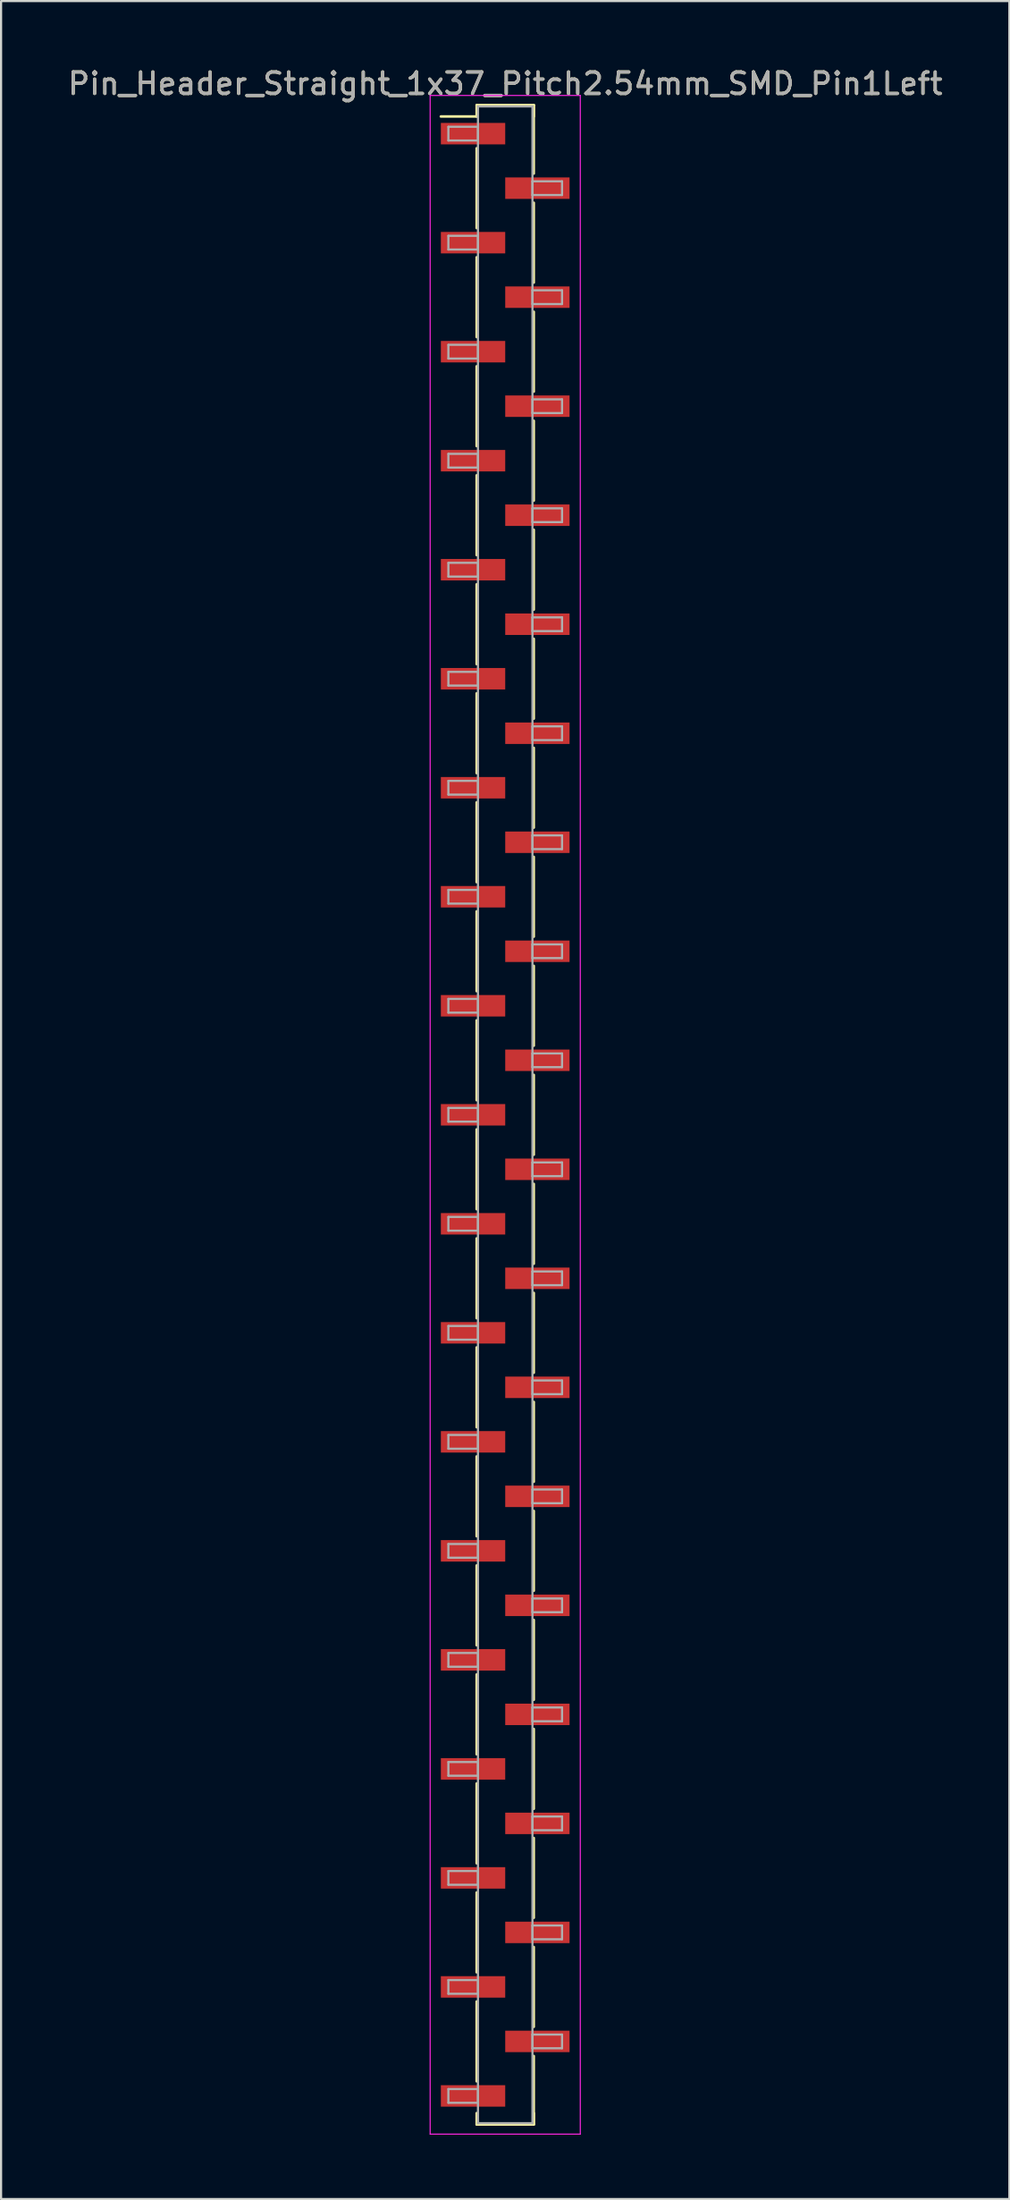
<source format=kicad_pcb>
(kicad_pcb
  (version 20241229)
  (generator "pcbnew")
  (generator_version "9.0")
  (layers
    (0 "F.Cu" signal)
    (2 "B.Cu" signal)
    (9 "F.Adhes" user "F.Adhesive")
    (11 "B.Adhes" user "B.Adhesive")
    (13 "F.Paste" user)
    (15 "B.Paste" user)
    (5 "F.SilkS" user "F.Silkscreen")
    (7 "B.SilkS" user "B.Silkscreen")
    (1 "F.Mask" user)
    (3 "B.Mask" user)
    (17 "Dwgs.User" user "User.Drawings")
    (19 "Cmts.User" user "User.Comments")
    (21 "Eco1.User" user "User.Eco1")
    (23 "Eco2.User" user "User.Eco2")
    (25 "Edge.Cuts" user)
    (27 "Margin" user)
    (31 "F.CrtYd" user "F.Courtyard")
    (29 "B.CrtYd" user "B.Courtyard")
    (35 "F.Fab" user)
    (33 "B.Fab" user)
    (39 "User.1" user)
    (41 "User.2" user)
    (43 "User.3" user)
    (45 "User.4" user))
  (footprint "Pin_Header_Straight_1x37_Pitch2.54mm_SMD_Pin1Left"
    (layer "F.Cu")
    (at 20.506 48.898)
    (property "Reference" "Pin_Header_Straight_1x37_Pitch2.54mm_SMD_Pin1Left" (at 0 -48.05 0) (layer "F.SilkS") (effects (font (size 1 1) (thickness 0.15))))
    (attr smd)
    (fp_line (start -1.33 -47.05) (end 1.33 -47.05) (stroke (width 0.12) (type solid)) (layer "F.SilkS"))
    (fp_line (start -1.33 -46.52) (end -3 -46.52) (stroke (width 0.12) (type solid)) (layer "F.SilkS"))
    (fp_line (start -1.33 -46.52) (end -1.33 -47.05) (stroke (width 0.12) (type solid)) (layer "F.SilkS"))
    (fp_line (start -1.33 -45.04) (end -1.33 -41.32) (stroke (width 0.12) (type solid)) (layer "F.SilkS"))
    (fp_line (start -1.33 -39.96) (end -1.33 -36.24) (stroke (width 0.12) (type solid)) (layer "F.SilkS"))
    (fp_line (start -1.33 -34.88) (end -1.33 -31.16) (stroke (width 0.12) (type solid)) (layer "F.SilkS"))
    (fp_line (start -1.33 -29.8) (end -1.33 -26.08) (stroke (width 0.12) (type solid)) (layer "F.SilkS"))
    (fp_line (start -1.33 -24.72) (end -1.33 -21) (stroke (width 0.12) (type solid)) (layer "F.SilkS"))
    (fp_line (start -1.33 -19.64) (end -1.33 -15.92) (stroke (width 0.12) (type solid)) (layer "F.SilkS"))
    (fp_line (start -1.33 -14.56) (end -1.33 -10.84) (stroke (width 0.12) (type solid)) (layer "F.SilkS"))
    (fp_line (start -1.33 -9.48) (end -1.33 -5.76) (stroke (width 0.12) (type solid)) (layer "F.SilkS"))
    (fp_line (start -1.33 -4.4) (end -1.33 -0.68) (stroke (width 0.12) (type solid)) (layer "F.SilkS"))
    (fp_line (start -1.33 0.68) (end -1.33 4.4) (stroke (width 0.12) (type solid)) (layer "F.SilkS"))
    (fp_line (start -1.33 5.76) (end -1.33 9.48) (stroke (width 0.12) (type solid)) (layer "F.SilkS"))
    (fp_line (start -1.33 10.84) (end -1.33 14.56) (stroke (width 0.12) (type solid)) (layer "F.SilkS"))
    (fp_line (start -1.33 15.92) (end -1.33 19.64) (stroke (width 0.12) (type solid)) (layer "F.SilkS"))
    (fp_line (start -1.33 21) (end -1.33 24.72) (stroke (width 0.12) (type solid)) (layer "F.SilkS"))
    (fp_line (start -1.33 26.08) (end -1.33 29.8) (stroke (width 0.12) (type solid)) (layer "F.SilkS"))
    (fp_line (start -1.33 31.16) (end -1.33 34.88) (stroke (width 0.12) (type solid)) (layer "F.SilkS"))
    (fp_line (start -1.33 36.24) (end -1.33 39.96) (stroke (width 0.12) (type solid)) (layer "F.SilkS"))
    (fp_line (start -1.33 41.32) (end -1.33 45.04) (stroke (width 0.12) (type solid)) (layer "F.SilkS"))
    (fp_line (start -1.33 46.52) (end -1.33 47.05) (stroke (width 0.12) (type solid)) (layer "F.SilkS"))
    (fp_line (start -1.33 47.05) (end 1.33 47.05) (stroke (width 0.12) (type solid)) (layer "F.SilkS"))
    (fp_line (start 1.33 -47.05) (end 1.33 -46.52) (stroke (width 0.12) (type solid)) (layer "F.SilkS"))
    (fp_line (start 1.33 -47.05) (end 1.33 -43.86) (stroke (width 0.12) (type solid)) (layer "F.SilkS"))
    (fp_line (start 1.33 -42.5) (end 1.33 -38.78) (stroke (width 0.12) (type solid)) (layer "F.SilkS"))
    (fp_line (start 1.33 -37.42) (end 1.33 -33.7) (stroke (width 0.12) (type solid)) (layer "F.SilkS"))
    (fp_line (start 1.33 -32.34) (end 1.33 -28.62) (stroke (width 0.12) (type solid)) (layer "F.SilkS"))
    (fp_line (start 1.33 -27.26) (end 1.33 -23.54) (stroke (width 0.12) (type solid)) (layer "F.SilkS"))
    (fp_line (start 1.33 -22.18) (end 1.33 -18.46) (stroke (width 0.12) (type solid)) (layer "F.SilkS"))
    (fp_line (start 1.33 -17.1) (end 1.33 -13.38) (stroke (width 0.12) (type solid)) (layer "F.SilkS"))
    (fp_line (start 1.33 -12.02) (end 1.33 -8.3) (stroke (width 0.12) (type solid)) (layer "F.SilkS"))
    (fp_line (start 1.33 -6.94) (end 1.33 -3.22) (stroke (width 0.12) (type solid)) (layer "F.SilkS"))
    (fp_line (start 1.33 -1.86) (end 1.33 1.86) (stroke (width 0.12) (type solid)) (layer "F.SilkS"))
    (fp_line (start 1.33 3.22) (end 1.33 6.94) (stroke (width 0.12) (type solid)) (layer "F.SilkS"))
    (fp_line (start 1.33 8.3) (end 1.33 12.02) (stroke (width 0.12) (type solid)) (layer "F.SilkS"))
    (fp_line (start 1.33 13.38) (end 1.33 17.1) (stroke (width 0.12) (type solid)) (layer "F.SilkS"))
    (fp_line (start 1.33 18.46) (end 1.33 22.18) (stroke (width 0.12) (type solid)) (layer "F.SilkS"))
    (fp_line (start 1.33 23.54) (end 1.33 27.26) (stroke (width 0.12) (type solid)) (layer "F.SilkS"))
    (fp_line (start 1.33 28.62) (end 1.33 32.34) (stroke (width 0.12) (type solid)) (layer "F.SilkS"))
    (fp_line (start 1.33 33.7) (end 1.33 37.42) (stroke (width 0.12) (type solid)) (layer "F.SilkS"))
    (fp_line (start 1.33 38.78) (end 1.33 42.5) (stroke (width 0.12) (type solid)) (layer "F.SilkS"))
    (fp_line (start 1.33 43.86) (end 1.33 47.05) (stroke (width 0.12) (type solid)) (layer "F.SilkS"))
    (fp_line (start 1.33 47.05) (end 1.33 46.52) (stroke (width 0.12) (type solid)) (layer "F.SilkS"))
    (fp_line (start -3.5 -47.5) (end -3.5 47.5) (stroke (width 0.05) (type solid)) (layer "F.CrtYd"))
    (fp_line (start -3.5 47.5) (end 3.5 47.5) (stroke (width 0.05) (type solid)) (layer "F.CrtYd"))
    (fp_line (start 3.5 -47.5) (end -3.5 -47.5) (stroke (width 0.05) (type solid)) (layer "F.CrtYd"))
    (fp_line (start 3.5 47.5) (end 3.5 -47.5) (stroke (width 0.05) (type solid)) (layer "F.CrtYd"))
    (fp_line (start -2.65 -46.04) (end -1.27 -46.04) (stroke (width 0.1) (type solid)) (layer "F.Fab"))
    (fp_line (start -2.65 -45.4) (end -2.65 -46.04) (stroke (width 0.1) (type solid)) (layer "F.Fab"))
    (fp_line (start -2.65 -40.96) (end -1.27 -40.96) (stroke (width 0.1) (type solid)) (layer "F.Fab"))
    (fp_line (start -2.65 -40.32) (end -2.65 -40.96) (stroke (width 0.1) (type solid)) (layer "F.Fab"))
    (fp_line (start -2.65 -35.88) (end -1.27 -35.88) (stroke (width 0.1) (type solid)) (layer "F.Fab"))
    (fp_line (start -2.65 -35.24) (end -2.65 -35.88) (stroke (width 0.1) (type solid)) (layer "F.Fab"))
    (fp_line (start -2.65 -30.8) (end -1.27 -30.8) (stroke (width 0.1) (type solid)) (layer "F.Fab"))
    (fp_line (start -2.65 -30.16) (end -2.65 -30.8) (stroke (width 0.1) (type solid)) (layer "F.Fab"))
    (fp_line (start -2.65 -25.72) (end -1.27 -25.72) (stroke (width 0.1) (type solid)) (layer "F.Fab"))
    (fp_line (start -2.65 -25.08) (end -2.65 -25.72) (stroke (width 0.1) (type solid)) (layer "F.Fab"))
    (fp_line (start -2.65 -20.64) (end -1.27 -20.64) (stroke (width 0.1) (type solid)) (layer "F.Fab"))
    (fp_line (start -2.65 -20) (end -2.65 -20.64) (stroke (width 0.1) (type solid)) (layer "F.Fab"))
    (fp_line (start -2.65 -15.56) (end -1.27 -15.56) (stroke (width 0.1) (type solid)) (layer "F.Fab"))
    (fp_line (start -2.65 -14.92) (end -2.65 -15.56) (stroke (width 0.1) (type solid)) (layer "F.Fab"))
    (fp_line (start -2.65 -10.48) (end -1.27 -10.48) (stroke (width 0.1) (type solid)) (layer "F.Fab"))
    (fp_line (start -2.65 -9.84) (end -2.65 -10.48) (stroke (width 0.1) (type solid)) (layer "F.Fab"))
    (fp_line (start -2.65 -5.4) (end -1.27 -5.4) (stroke (width 0.1) (type solid)) (layer "F.Fab"))
    (fp_line (start -2.65 -4.76) (end -2.65 -5.4) (stroke (width 0.1) (type solid)) (layer "F.Fab"))
    (fp_line (start -2.65 -0.32) (end -1.27 -0.32) (stroke (width 0.1) (type solid)) (layer "F.Fab"))
    (fp_line (start -2.65 0.32) (end -2.65 -0.32) (stroke (width 0.1) (type solid)) (layer "F.Fab"))
    (fp_line (start -2.65 4.76) (end -1.27 4.76) (stroke (width 0.1) (type solid)) (layer "F.Fab"))
    (fp_line (start -2.65 5.4) (end -2.65 4.76) (stroke (width 0.1) (type solid)) (layer "F.Fab"))
    (fp_line (start -2.65 9.84) (end -1.27 9.84) (stroke (width 0.1) (type solid)) (layer "F.Fab"))
    (fp_line (start -2.65 10.48) (end -2.65 9.84) (stroke (width 0.1) (type solid)) (layer "F.Fab"))
    (fp_line (start -2.65 14.92) (end -1.27 14.92) (stroke (width 0.1) (type solid)) (layer "F.Fab"))
    (fp_line (start -2.65 15.56) (end -2.65 14.92) (stroke (width 0.1) (type solid)) (layer "F.Fab"))
    (fp_line (start -2.65 20) (end -1.27 20) (stroke (width 0.1) (type solid)) (layer "F.Fab"))
    (fp_line (start -2.65 20.64) (end -2.65 20) (stroke (width 0.1) (type solid)) (layer "F.Fab"))
    (fp_line (start -2.65 25.08) (end -1.27 25.08) (stroke (width 0.1) (type solid)) (layer "F.Fab"))
    (fp_line (start -2.65 25.72) (end -2.65 25.08) (stroke (width 0.1) (type solid)) (layer "F.Fab"))
    (fp_line (start -2.65 30.16) (end -1.27 30.16) (stroke (width 0.1) (type solid)) (layer "F.Fab"))
    (fp_line (start -2.65 30.8) (end -2.65 30.16) (stroke (width 0.1) (type solid)) (layer "F.Fab"))
    (fp_line (start -2.65 35.24) (end -1.27 35.24) (stroke (width 0.1) (type solid)) (layer "F.Fab"))
    (fp_line (start -2.65 35.88) (end -2.65 35.24) (stroke (width 0.1) (type solid)) (layer "F.Fab"))
    (fp_line (start -2.65 40.32) (end -1.27 40.32) (stroke (width 0.1) (type solid)) (layer "F.Fab"))
    (fp_line (start -2.65 40.96) (end -2.65 40.32) (stroke (width 0.1) (type solid)) (layer "F.Fab"))
    (fp_line (start -2.65 45.4) (end -1.27 45.4) (stroke (width 0.1) (type solid)) (layer "F.Fab"))
    (fp_line (start -2.65 46.04) (end -2.65 45.4) (stroke (width 0.1) (type solid)) (layer "F.Fab"))
    (fp_line (start -1.27 -46.99) (end -1.27 46.99) (stroke (width 0.1) (type solid)) (layer "F.Fab"))
    (fp_line (start -1.27 -46.04) (end -1.27 -45.4) (stroke (width 0.1) (type solid)) (layer "F.Fab"))
    (fp_line (start -1.27 -45.4) (end -2.65 -45.4) (stroke (width 0.1) (type solid)) (layer "F.Fab"))
    (fp_line (start -1.27 -40.96) (end -1.27 -40.32) (stroke (width 0.1) (type solid)) (layer "F.Fab"))
    (fp_line (start -1.27 -40.32) (end -2.65 -40.32) (stroke (width 0.1) (type solid)) (layer "F.Fab"))
    (fp_line (start -1.27 -35.88) (end -1.27 -35.24) (stroke (width 0.1) (type solid)) (layer "F.Fab"))
    (fp_line (start -1.27 -35.24) (end -2.65 -35.24) (stroke (width 0.1) (type solid)) (layer "F.Fab"))
    (fp_line (start -1.27 -30.8) (end -1.27 -30.16) (stroke (width 0.1) (type solid)) (layer "F.Fab"))
    (fp_line (start -1.27 -30.16) (end -2.65 -30.16) (stroke (width 0.1) (type solid)) (layer "F.Fab"))
    (fp_line (start -1.27 -25.72) (end -1.27 -25.08) (stroke (width 0.1) (type solid)) (layer "F.Fab"))
    (fp_line (start -1.27 -25.08) (end -2.65 -25.08) (stroke (width 0.1) (type solid)) (layer "F.Fab"))
    (fp_line (start -1.27 -20.64) (end -1.27 -20) (stroke (width 0.1) (type solid)) (layer "F.Fab"))
    (fp_line (start -1.27 -20) (end -2.65 -20) (stroke (width 0.1) (type solid)) (layer "F.Fab"))
    (fp_line (start -1.27 -15.56) (end -1.27 -14.92) (stroke (width 0.1) (type solid)) (layer "F.Fab"))
    (fp_line (start -1.27 -14.92) (end -2.65 -14.92) (stroke (width 0.1) (type solid)) (layer "F.Fab"))
    (fp_line (start -1.27 -10.48) (end -1.27 -9.84) (stroke (width 0.1) (type solid)) (layer "F.Fab"))
    (fp_line (start -1.27 -9.84) (end -2.65 -9.84) (stroke (width 0.1) (type solid)) (layer "F.Fab"))
    (fp_line (start -1.27 -5.4) (end -1.27 -4.76) (stroke (width 0.1) (type solid)) (layer "F.Fab"))
    (fp_line (start -1.27 -4.76) (end -2.65 -4.76) (stroke (width 0.1) (type solid)) (layer "F.Fab"))
    (fp_line (start -1.27 -0.32) (end -1.27 0.32) (stroke (width 0.1) (type solid)) (layer "F.Fab"))
    (fp_line (start -1.27 0.32) (end -2.65 0.32) (stroke (width 0.1) (type solid)) (layer "F.Fab"))
    (fp_line (start -1.27 4.76) (end -1.27 5.4) (stroke (width 0.1) (type solid)) (layer "F.Fab"))
    (fp_line (start -1.27 5.4) (end -2.65 5.4) (stroke (width 0.1) (type solid)) (layer "F.Fab"))
    (fp_line (start -1.27 9.84) (end -1.27 10.48) (stroke (width 0.1) (type solid)) (layer "F.Fab"))
    (fp_line (start -1.27 10.48) (end -2.65 10.48) (stroke (width 0.1) (type solid)) (layer "F.Fab"))
    (fp_line (start -1.27 14.92) (end -1.27 15.56) (stroke (width 0.1) (type solid)) (layer "F.Fab"))
    (fp_line (start -1.27 15.56) (end -2.65 15.56) (stroke (width 0.1) (type solid)) (layer "F.Fab"))
    (fp_line (start -1.27 20) (end -1.27 20.64) (stroke (width 0.1) (type solid)) (layer "F.Fab"))
    (fp_line (start -1.27 20.64) (end -2.65 20.64) (stroke (width 0.1) (type solid)) (layer "F.Fab"))
    (fp_line (start -1.27 25.08) (end -1.27 25.72) (stroke (width 0.1) (type solid)) (layer "F.Fab"))
    (fp_line (start -1.27 25.72) (end -2.65 25.72) (stroke (width 0.1) (type solid)) (layer "F.Fab"))
    (fp_line (start -1.27 30.16) (end -1.27 30.8) (stroke (width 0.1) (type solid)) (layer "F.Fab"))
    (fp_line (start -1.27 30.8) (end -2.65 30.8) (stroke (width 0.1) (type solid)) (layer "F.Fab"))
    (fp_line (start -1.27 35.24) (end -1.27 35.88) (stroke (width 0.1) (type solid)) (layer "F.Fab"))
    (fp_line (start -1.27 35.88) (end -2.65 35.88) (stroke (width 0.1) (type solid)) (layer "F.Fab"))
    (fp_line (start -1.27 40.32) (end -1.27 40.96) (stroke (width 0.1) (type solid)) (layer "F.Fab"))
    (fp_line (start -1.27 40.96) (end -2.65 40.96) (stroke (width 0.1) (type solid)) (layer "F.Fab"))
    (fp_line (start -1.27 45.4) (end -1.27 46.04) (stroke (width 0.1) (type solid)) (layer "F.Fab"))
    (fp_line (start -1.27 46.04) (end -2.65 46.04) (stroke (width 0.1) (type solid)) (layer "F.Fab"))
    (fp_line (start -1.27 46.99) (end 1.27 46.99) (stroke (width 0.1) (type solid)) (layer "F.Fab"))
    (fp_line (start 1.27 -46.99) (end -1.27 -46.99) (stroke (width 0.1) (type solid)) (layer "F.Fab"))
    (fp_line (start 1.27 -43.5) (end 1.27 -42.86) (stroke (width 0.1) (type solid)) (layer "F.Fab"))
    (fp_line (start 1.27 -42.86) (end 2.65 -42.86) (stroke (width 0.1) (type solid)) (layer "F.Fab"))
    (fp_line (start 1.27 -38.42) (end 1.27 -37.78) (stroke (width 0.1) (type solid)) (layer "F.Fab"))
    (fp_line (start 1.27 -37.78) (end 2.65 -37.78) (stroke (width 0.1) (type solid)) (layer "F.Fab"))
    (fp_line (start 1.27 -33.34) (end 1.27 -32.7) (stroke (width 0.1) (type solid)) (layer "F.Fab"))
    (fp_line (start 1.27 -32.7) (end 2.65 -32.7) (stroke (width 0.1) (type solid)) (layer "F.Fab"))
    (fp_line (start 1.27 -28.26) (end 1.27 -27.62) (stroke (width 0.1) (type solid)) (layer "F.Fab"))
    (fp_line (start 1.27 -27.62) (end 2.65 -27.62) (stroke (width 0.1) (type solid)) (layer "F.Fab"))
    (fp_line (start 1.27 -23.18) (end 1.27 -22.54) (stroke (width 0.1) (type solid)) (layer "F.Fab"))
    (fp_line (start 1.27 -22.54) (end 2.65 -22.54) (stroke (width 0.1) (type solid)) (layer "F.Fab"))
    (fp_line (start 1.27 -18.1) (end 1.27 -17.46) (stroke (width 0.1) (type solid)) (layer "F.Fab"))
    (fp_line (start 1.27 -17.46) (end 2.65 -17.46) (stroke (width 0.1) (type solid)) (layer "F.Fab"))
    (fp_line (start 1.27 -13.02) (end 1.27 -12.38) (stroke (width 0.1) (type solid)) (layer "F.Fab"))
    (fp_line (start 1.27 -12.38) (end 2.65 -12.38) (stroke (width 0.1) (type solid)) (layer "F.Fab"))
    (fp_line (start 1.27 -7.94) (end 1.27 -7.3) (stroke (width 0.1) (type solid)) (layer "F.Fab"))
    (fp_line (start 1.27 -7.3) (end 2.65 -7.3) (stroke (width 0.1) (type solid)) (layer "F.Fab"))
    (fp_line (start 1.27 -2.86) (end 1.27 -2.22) (stroke (width 0.1) (type solid)) (layer "F.Fab"))
    (fp_line (start 1.27 -2.22) (end 2.65 -2.22) (stroke (width 0.1) (type solid)) (layer "F.Fab"))
    (fp_line (start 1.27 2.22) (end 1.27 2.86) (stroke (width 0.1) (type solid)) (layer "F.Fab"))
    (fp_line (start 1.27 2.86) (end 2.65 2.86) (stroke (width 0.1) (type solid)) (layer "F.Fab"))
    (fp_line (start 1.27 7.3) (end 1.27 7.94) (stroke (width 0.1) (type solid)) (layer "F.Fab"))
    (fp_line (start 1.27 7.94) (end 2.65 7.94) (stroke (width 0.1) (type solid)) (layer "F.Fab"))
    (fp_line (start 1.27 12.38) (end 1.27 13.02) (stroke (width 0.1) (type solid)) (layer "F.Fab"))
    (fp_line (start 1.27 13.02) (end 2.65 13.02) (stroke (width 0.1) (type solid)) (layer "F.Fab"))
    (fp_line (start 1.27 17.46) (end 1.27 18.1) (stroke (width 0.1) (type solid)) (layer "F.Fab"))
    (fp_line (start 1.27 18.1) (end 2.65 18.1) (stroke (width 0.1) (type solid)) (layer "F.Fab"))
    (fp_line (start 1.27 22.54) (end 1.27 23.18) (stroke (width 0.1) (type solid)) (layer "F.Fab"))
    (fp_line (start 1.27 23.18) (end 2.65 23.18) (stroke (width 0.1) (type solid)) (layer "F.Fab"))
    (fp_line (start 1.27 27.62) (end 1.27 28.26) (stroke (width 0.1) (type solid)) (layer "F.Fab"))
    (fp_line (start 1.27 28.26) (end 2.65 28.26) (stroke (width 0.1) (type solid)) (layer "F.Fab"))
    (fp_line (start 1.27 32.7) (end 1.27 33.34) (stroke (width 0.1) (type solid)) (layer "F.Fab"))
    (fp_line (start 1.27 33.34) (end 2.65 33.34) (stroke (width 0.1) (type solid)) (layer "F.Fab"))
    (fp_line (start 1.27 37.78) (end 1.27 38.42) (stroke (width 0.1) (type solid)) (layer "F.Fab"))
    (fp_line (start 1.27 38.42) (end 2.65 38.42) (stroke (width 0.1) (type solid)) (layer "F.Fab"))
    (fp_line (start 1.27 42.86) (end 1.27 43.5) (stroke (width 0.1) (type solid)) (layer "F.Fab"))
    (fp_line (start 1.27 43.5) (end 2.65 43.5) (stroke (width 0.1) (type solid)) (layer "F.Fab"))
    (fp_line (start 1.27 46.99) (end 1.27 -46.99) (stroke (width 0.1) (type solid)) (layer "F.Fab"))
    (fp_line (start 2.65 -43.5) (end 1.27 -43.5) (stroke (width 0.1) (type solid)) (layer "F.Fab"))
    (fp_line (start 2.65 -42.86) (end 2.65 -43.5) (stroke (width 0.1) (type solid)) (layer "F.Fab"))
    (fp_line (start 2.65 -38.42) (end 1.27 -38.42) (stroke (width 0.1) (type solid)) (layer "F.Fab"))
    (fp_line (start 2.65 -37.78) (end 2.65 -38.42) (stroke (width 0.1) (type solid)) (layer "F.Fab"))
    (fp_line (start 2.65 -33.34) (end 1.27 -33.34) (stroke (width 0.1) (type solid)) (layer "F.Fab"))
    (fp_line (start 2.65 -32.7) (end 2.65 -33.34) (stroke (width 0.1) (type solid)) (layer "F.Fab"))
    (fp_line (start 2.65 -28.26) (end 1.27 -28.26) (stroke (width 0.1) (type solid)) (layer "F.Fab"))
    (fp_line (start 2.65 -27.62) (end 2.65 -28.26) (stroke (width 0.1) (type solid)) (layer "F.Fab"))
    (fp_line (start 2.65 -23.18) (end 1.27 -23.18) (stroke (width 0.1) (type solid)) (layer "F.Fab"))
    (fp_line (start 2.65 -22.54) (end 2.65 -23.18) (stroke (width 0.1) (type solid)) (layer "F.Fab"))
    (fp_line (start 2.65 -18.1) (end 1.27 -18.1) (stroke (width 0.1) (type solid)) (layer "F.Fab"))
    (fp_line (start 2.65 -17.46) (end 2.65 -18.1) (stroke (width 0.1) (type solid)) (layer "F.Fab"))
    (fp_line (start 2.65 -13.02) (end 1.27 -13.02) (stroke (width 0.1) (type solid)) (layer "F.Fab"))
    (fp_line (start 2.65 -12.38) (end 2.65 -13.02) (stroke (width 0.1) (type solid)) (layer "F.Fab"))
    (fp_line (start 2.65 -7.94) (end 1.27 -7.94) (stroke (width 0.1) (type solid)) (layer "F.Fab"))
    (fp_line (start 2.65 -7.3) (end 2.65 -7.94) (stroke (width 0.1) (type solid)) (layer "F.Fab"))
    (fp_line (start 2.65 -2.86) (end 1.27 -2.86) (stroke (width 0.1) (type solid)) (layer "F.Fab"))
    (fp_line (start 2.65 -2.22) (end 2.65 -2.86) (stroke (width 0.1) (type solid)) (layer "F.Fab"))
    (fp_line (start 2.65 2.22) (end 1.27 2.22) (stroke (width 0.1) (type solid)) (layer "F.Fab"))
    (fp_line (start 2.65 2.86) (end 2.65 2.22) (stroke (width 0.1) (type solid)) (layer "F.Fab"))
    (fp_line (start 2.65 7.3) (end 1.27 7.3) (stroke (width 0.1) (type solid)) (layer "F.Fab"))
    (fp_line (start 2.65 7.94) (end 2.65 7.3) (stroke (width 0.1) (type solid)) (layer "F.Fab"))
    (fp_line (start 2.65 12.38) (end 1.27 12.38) (stroke (width 0.1) (type solid)) (layer "F.Fab"))
    (fp_line (start 2.65 13.02) (end 2.65 12.38) (stroke (width 0.1) (type solid)) (layer "F.Fab"))
    (fp_line (start 2.65 17.46) (end 1.27 17.46) (stroke (width 0.1) (type solid)) (layer "F.Fab"))
    (fp_line (start 2.65 18.1) (end 2.65 17.46) (stroke (width 0.1) (type solid)) (layer "F.Fab"))
    (fp_line (start 2.65 22.54) (end 1.27 22.54) (stroke (width 0.1) (type solid)) (layer "F.Fab"))
    (fp_line (start 2.65 23.18) (end 2.65 22.54) (stroke (width 0.1) (type solid)) (layer "F.Fab"))
    (fp_line (start 2.65 27.62) (end 1.27 27.62) (stroke (width 0.1) (type solid)) (layer "F.Fab"))
    (fp_line (start 2.65 28.26) (end 2.65 27.62) (stroke (width 0.1) (type solid)) (layer "F.Fab"))
    (fp_line (start 2.65 32.7) (end 1.27 32.7) (stroke (width 0.1) (type solid)) (layer "F.Fab"))
    (fp_line (start 2.65 33.34) (end 2.65 32.7) (stroke (width 0.1) (type solid)) (layer "F.Fab"))
    (fp_line (start 2.65 37.78) (end 1.27 37.78) (stroke (width 0.1) (type solid)) (layer "F.Fab"))
    (fp_line (start 2.65 38.42) (end 2.65 37.78) (stroke (width 0.1) (type solid)) (layer "F.Fab"))
    (fp_line (start 2.65 42.86) (end 1.27 42.86) (stroke (width 0.1) (type solid)) (layer "F.Fab"))
    (fp_line (start 2.65 43.5) (end 2.65 42.86) (stroke (width 0.1) (type solid)) (layer "F.Fab"))
    (fp_text user "${REFERENCE}" (at 0 -48.05 0) (layer "F.Fab") (effects (font (size 1 1) (thickness 0.15))))
    (pad "1" smd rect (at -1.5 -45.72) (size 3 1) (layers "F.Cu" "F.Mask" "F.Paste"))
    (pad "2" smd rect (at 1.5 -43.18) (size 3 1) (layers "F.Cu" "F.Mask" "F.Paste"))
    (pad "3" smd rect (at -1.5 -40.64) (size 3 1) (layers "F.Cu" "F.Mask" "F.Paste"))
    (pad "4" smd rect (at 1.5 -38.1) (size 3 1) (layers "F.Cu" "F.Mask" "F.Paste"))
    (pad "5" smd rect (at -1.5 -35.56) (size 3 1) (layers "F.Cu" "F.Mask" "F.Paste"))
    (pad "6" smd rect (at 1.5 -33.02) (size 3 1) (layers "F.Cu" "F.Mask" "F.Paste"))
    (pad "7" smd rect (at -1.5 -30.48) (size 3 1) (layers "F.Cu" "F.Mask" "F.Paste"))
    (pad "8" smd rect (at 1.5 -27.94) (size 3 1) (layers "F.Cu" "F.Mask" "F.Paste"))
    (pad "9" smd rect (at -1.5 -25.4) (size 3 1) (layers "F.Cu" "F.Mask" "F.Paste"))
    (pad "10" smd rect (at 1.5 -22.86) (size 3 1) (layers "F.Cu" "F.Mask" "F.Paste"))
    (pad "11" smd rect (at -1.5 -20.32) (size 3 1) (layers "F.Cu" "F.Mask" "F.Paste"))
    (pad "12" smd rect (at 1.5 -17.78) (size 3 1) (layers "F.Cu" "F.Mask" "F.Paste"))
    (pad "13" smd rect (at -1.5 -15.24) (size 3 1) (layers "F.Cu" "F.Mask" "F.Paste"))
    (pad "14" smd rect (at 1.5 -12.7) (size 3 1) (layers "F.Cu" "F.Mask" "F.Paste"))
    (pad "15" smd rect (at -1.5 -10.16) (size 3 1) (layers "F.Cu" "F.Mask" "F.Paste"))
    (pad "16" smd rect (at 1.5 -7.62) (size 3 1) (layers "F.Cu" "F.Mask" "F.Paste"))
    (pad "17" smd rect (at -1.5 -5.08) (size 3 1) (layers "F.Cu" "F.Mask" "F.Paste"))
    (pad "18" smd rect (at 1.5 -2.54) (size 3 1) (layers "F.Cu" "F.Mask" "F.Paste"))
    (pad "19" smd rect (at -1.5 0) (size 3 1) (layers "F.Cu" "F.Mask" "F.Paste"))
    (pad "20" smd rect (at 1.5 2.54) (size 3 1) (layers "F.Cu" "F.Mask" "F.Paste"))
    (pad "21" smd rect (at -1.5 5.08) (size 3 1) (layers "F.Cu" "F.Mask" "F.Paste"))
    (pad "22" smd rect (at 1.5 7.62) (size 3 1) (layers "F.Cu" "F.Mask" "F.Paste"))
    (pad "23" smd rect (at -1.5 10.16) (size 3 1) (layers "F.Cu" "F.Mask" "F.Paste"))
    (pad "24" smd rect (at 1.5 12.7) (size 3 1) (layers "F.Cu" "F.Mask" "F.Paste"))
    (pad "25" smd rect (at -1.5 15.24) (size 3 1) (layers "F.Cu" "F.Mask" "F.Paste"))
    (pad "26" smd rect (at 1.5 17.78) (size 3 1) (layers "F.Cu" "F.Mask" "F.Paste"))
    (pad "27" smd rect (at -1.5 20.32) (size 3 1) (layers "F.Cu" "F.Mask" "F.Paste"))
    (pad "28" smd rect (at 1.5 22.86) (size 3 1) (layers "F.Cu" "F.Mask" "F.Paste"))
    (pad "29" smd rect (at -1.5 25.4) (size 3 1) (layers "F.Cu" "F.Mask" "F.Paste"))
    (pad "30" smd rect (at 1.5 27.94) (size 3 1) (layers "F.Cu" "F.Mask" "F.Paste"))
    (pad "31" smd rect (at -1.5 30.48) (size 3 1) (layers "F.Cu" "F.Mask" "F.Paste"))
    (pad "32" smd rect (at 1.5 33.02) (size 3 1) (layers "F.Cu" "F.Mask" "F.Paste"))
    (pad "33" smd rect (at -1.5 35.56) (size 3 1) (layers "F.Cu" "F.Mask" "F.Paste"))
    (pad "34" smd rect (at 1.5 38.1) (size 3 1) (layers "F.Cu" "F.Mask" "F.Paste"))
    (pad "35" smd rect (at -1.5 40.64) (size 3 1) (layers "F.Cu" "F.Mask" "F.Paste"))
    (pad "36" smd rect (at 1.5 43.18) (size 3 1) (layers "F.Cu" "F.Mask" "F.Paste"))
    (pad "37" smd rect (at -1.5 45.72) (size 3 1) (layers "F.Cu" "F.Mask" "F.Paste")))
  (gr_rect
    (start -3 -3)
    (end 44.012 99.423)
    (stroke (width 0.1) (type default))
    (fill no)
    (layer "Edge.Cuts")))
</source>
